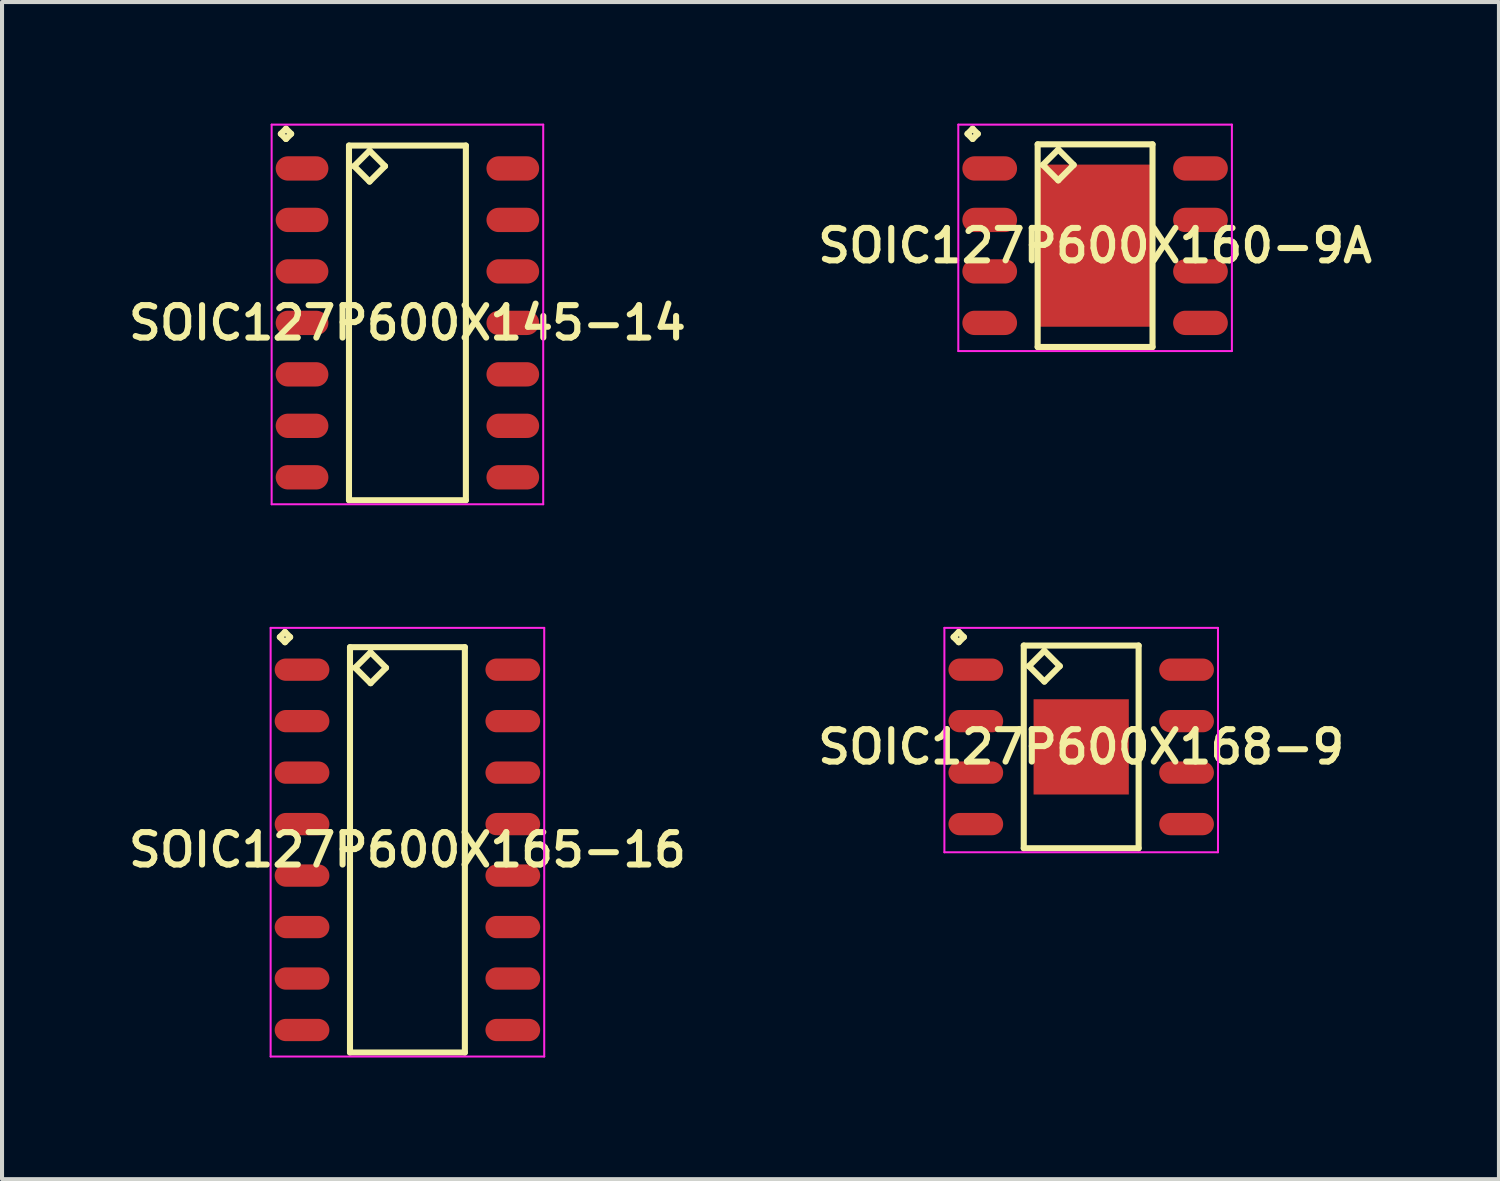
<source format=kicad_pcb>
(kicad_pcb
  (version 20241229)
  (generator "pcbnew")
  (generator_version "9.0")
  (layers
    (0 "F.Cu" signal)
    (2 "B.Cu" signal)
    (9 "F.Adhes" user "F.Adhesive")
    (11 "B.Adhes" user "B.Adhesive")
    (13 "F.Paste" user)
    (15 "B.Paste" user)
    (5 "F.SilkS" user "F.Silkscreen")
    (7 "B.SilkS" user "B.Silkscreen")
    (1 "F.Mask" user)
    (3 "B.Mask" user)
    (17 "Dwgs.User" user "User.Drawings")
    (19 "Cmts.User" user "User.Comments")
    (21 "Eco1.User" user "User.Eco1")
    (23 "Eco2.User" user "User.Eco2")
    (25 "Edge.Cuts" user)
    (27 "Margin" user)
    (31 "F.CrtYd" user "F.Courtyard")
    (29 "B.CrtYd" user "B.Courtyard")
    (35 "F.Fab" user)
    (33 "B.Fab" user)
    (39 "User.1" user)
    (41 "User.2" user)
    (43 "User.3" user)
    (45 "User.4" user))
  (footprint "SOIC127P600X160-9A"
    (layer "F.Cu")
    (at 23.968 3.011)
    (property "Reference" "SOIC127P600X160-9A" (at 0 0 0) (layer "F.SilkS") (effects (font (size 0.8 0.8) (thickness 0.15))))
    (attr smd)
    (fp_line (start -3.148 -2.759) (end -3.021 -2.886) (stroke (width 0.15) (type solid)) (layer "F.SilkS"))
    (fp_line (start -3.021 -2.886) (end -2.894 -2.759) (stroke (width 0.15) (type solid)) (layer "F.SilkS"))
    (fp_line (start -3.021 -2.632) (end -3.148 -2.759) (stroke (width 0.15) (type solid)) (layer "F.SilkS"))
    (fp_line (start -2.894 -2.759) (end -3.021 -2.632) (stroke (width 0.15) (type solid)) (layer "F.SilkS"))
    (fp_line (start -1.417 -2.5) (end -1.417 2.5) (stroke (width 0.15) (type solid)) (layer "F.SilkS"))
    (fp_line (start -1.417 2.5) (end 1.417 2.5) (stroke (width 0.15) (type solid)) (layer "F.SilkS"))
    (fp_line (start -1.29 -1.992) (end -0.909 -2.373) (stroke (width 0.15) (type solid)) (layer "F.SilkS"))
    (fp_line (start -0.909 -2.373) (end -0.528 -1.992) (stroke (width 0.15) (type solid)) (layer "F.SilkS"))
    (fp_line (start -0.909 -1.611) (end -1.29 -1.992) (stroke (width 0.15) (type solid)) (layer "F.SilkS"))
    (fp_line (start -0.528 -1.992) (end -0.909 -1.611) (stroke (width 0.15) (type solid)) (layer "F.SilkS"))
    (fp_line (start 1.417 -2.5) (end -1.417 -2.5) (stroke (width 0.15) (type solid)) (layer "F.SilkS"))
    (fp_line (start 1.417 2.5) (end 1.417 -2.5) (stroke (width 0.15) (type solid)) (layer "F.SilkS"))
    (fp_line (start -3.375 -2.986) (end 3.375 -2.986) (stroke (width 0.05) (type solid)) (layer "F.CrtYd"))
    (fp_line (start -3.375 2.6) (end -3.375 -2.986) (stroke (width 0.05) (type solid)) (layer "F.CrtYd"))
    (fp_line (start 3.375 -2.986) (end 3.375 2.6) (stroke (width 0.05) (type solid)) (layer "F.CrtYd"))
    (fp_line (start 3.375 2.6) (end -3.375 2.6) (stroke (width 0.05) (type solid)) (layer "F.CrtYd"))
    (pad "1" smd oval (at -2.6 -1.905) (size 1.35 0.6) (layers "F.Cu" "F.Mask" "F.Paste"))
    (pad "2" smd oval (at -2.6 -0.635) (size 1.35 0.6) (layers "F.Cu" "F.Mask" "F.Paste"))
    (pad "3" smd oval (at -2.6 0.635) (size 1.35 0.6) (layers "F.Cu" "F.Mask" "F.Paste"))
    (pad "4" smd oval (at -2.6 1.905) (size 1.35 0.6) (layers "F.Cu" "F.Mask" "F.Paste"))
    (pad "5" smd oval (at 2.6 1.905) (size 1.35 0.6) (layers "F.Cu" "F.Mask" "F.Paste"))
    (pad "6" smd oval (at 2.6 0.635) (size 1.35 0.6) (layers "F.Cu" "F.Mask" "F.Paste"))
    (pad "7" smd oval (at 2.6 -0.635) (size 1.35 0.6) (layers "F.Cu" "F.Mask" "F.Paste"))
    (pad "8" smd oval (at 2.6 -1.905) (size 1.35 0.6) (layers "F.Cu" "F.Mask" "F.Paste"))
    (pad "9" smd rect (at 0 0) (size 2.8 4) (layers "F.Cu" "F.Mask" "F.Paste")))
  (footprint "SOIC127P600X165-16"
    (layer "F.Cu")
    (at 7.002 17.917)
    (property "Reference" "SOIC127P600X165-16" (at 0 0 0) (layer "F.SilkS") (effects (font (size 0.8 0.8) (thickness 0.15))))
    (attr smd)
    (fp_line (start -3.148 -5.249) (end -3.021 -5.376) (stroke (width 0.15) (type solid)) (layer "F.SilkS"))
    (fp_line (start -3.021 -5.376) (end -2.894 -5.249) (stroke (width 0.15) (type solid)) (layer "F.SilkS"))
    (fp_line (start -3.021 -5.122) (end -3.148 -5.249) (stroke (width 0.15) (type solid)) (layer "F.SilkS"))
    (fp_line (start -2.894 -5.249) (end -3.021 -5.122) (stroke (width 0.15) (type solid)) (layer "F.SilkS"))
    (fp_line (start -1.417 -5) (end -1.417 5) (stroke (width 0.15) (type solid)) (layer "F.SilkS"))
    (fp_line (start -1.417 5) (end 1.417 5) (stroke (width 0.15) (type solid)) (layer "F.SilkS"))
    (fp_line (start -1.29 -4.492) (end -0.909 -4.873) (stroke (width 0.15) (type solid)) (layer "F.SilkS"))
    (fp_line (start -0.909 -4.873) (end -0.528 -4.492) (stroke (width 0.15) (type solid)) (layer "F.SilkS"))
    (fp_line (start -0.909 -4.111) (end -1.29 -4.492) (stroke (width 0.15) (type solid)) (layer "F.SilkS"))
    (fp_line (start -0.528 -4.492) (end -0.909 -4.111) (stroke (width 0.15) (type solid)) (layer "F.SilkS"))
    (fp_line (start 1.417 -5) (end -1.417 -5) (stroke (width 0.15) (type solid)) (layer "F.SilkS"))
    (fp_line (start 1.417 5) (end 1.417 -5) (stroke (width 0.15) (type solid)) (layer "F.SilkS"))
    (fp_line (start -3.375 -5.476) (end 3.375 -5.476) (stroke (width 0.05) (type solid)) (layer "F.CrtYd"))
    (fp_line (start -3.375 5.1) (end -3.375 -5.476) (stroke (width 0.05) (type solid)) (layer "F.CrtYd"))
    (fp_line (start 3.375 -5.476) (end 3.375 5.1) (stroke (width 0.05) (type solid)) (layer "F.CrtYd"))
    (fp_line (start 3.375 5.1) (end -3.375 5.1) (stroke (width 0.05) (type solid)) (layer "F.CrtYd"))
    (pad "1" smd oval (at -2.6 -4.445) (size 1.35 0.55) (layers "F.Cu" "F.Mask" "F.Paste"))
    (pad "2" smd oval (at -2.6 -3.175) (size 1.35 0.55) (layers "F.Cu" "F.Mask" "F.Paste"))
    (pad "3" smd oval (at -2.6 -1.905) (size 1.35 0.55) (layers "F.Cu" "F.Mask" "F.Paste"))
    (pad "4" smd oval (at -2.6 -0.635) (size 1.35 0.55) (layers "F.Cu" "F.Mask" "F.Paste"))
    (pad "5" smd oval (at -2.6 0.635) (size 1.35 0.55) (layers "F.Cu" "F.Mask" "F.Paste"))
    (pad "6" smd oval (at -2.6 1.905) (size 1.35 0.55) (layers "F.Cu" "F.Mask" "F.Paste"))
    (pad "7" smd oval (at -2.6 3.175) (size 1.35 0.55) (layers "F.Cu" "F.Mask" "F.Paste"))
    (pad "8" smd oval (at -2.6 4.445) (size 1.35 0.55) (layers "F.Cu" "F.Mask" "F.Paste"))
    (pad "9" smd oval (at 2.6 4.445) (size 1.35 0.55) (layers "F.Cu" "F.Mask" "F.Paste"))
    (pad "10" smd oval (at 2.6 3.175) (size 1.35 0.55) (layers "F.Cu" "F.Mask" "F.Paste"))
    (pad "11" smd oval (at 2.6 1.905) (size 1.35 0.55) (layers "F.Cu" "F.Mask" "F.Paste"))
    (pad "12" smd oval (at 2.6 0.635) (size 1.35 0.55) (layers "F.Cu" "F.Mask" "F.Paste"))
    (pad "13" smd oval (at 2.6 -0.635) (size 1.35 0.55) (layers "F.Cu" "F.Mask" "F.Paste"))
    (pad "14" smd oval (at 2.6 -1.905) (size 1.35 0.55) (layers "F.Cu" "F.Mask" "F.Paste"))
    (pad "15" smd oval (at 2.6 -3.175) (size 1.35 0.55) (layers "F.Cu" "F.Mask" "F.Paste"))
    (pad "16" smd oval (at 2.6 -4.445) (size 1.35 0.55) (layers "F.Cu" "F.Mask" "F.Paste")))
  (footprint "SOIC127P600X168-9"
    (layer "F.Cu")
    (at 23.625 15.377)
    (property "Reference" "SOIC127P600X168-9" (at 0 0 0) (layer "F.SilkS") (effects (font (size 0.8 0.8) (thickness 0.15))))
    (attr smd)
    (fp_line (start -3.148 -2.709) (end -3.021 -2.836) (stroke (width 0.15) (type solid)) (layer "F.SilkS"))
    (fp_line (start -3.021 -2.836) (end -2.894 -2.709) (stroke (width 0.15) (type solid)) (layer "F.SilkS"))
    (fp_line (start -3.021 -2.582) (end -3.148 -2.709) (stroke (width 0.15) (type solid)) (layer "F.SilkS"))
    (fp_line (start -2.894 -2.709) (end -3.021 -2.582) (stroke (width 0.15) (type solid)) (layer "F.SilkS"))
    (fp_line (start -1.417 -2.5) (end -1.417 2.5) (stroke (width 0.15) (type solid)) (layer "F.SilkS"))
    (fp_line (start -1.417 2.5) (end 1.417 2.5) (stroke (width 0.15) (type solid)) (layer "F.SilkS"))
    (fp_line (start -1.29 -1.992) (end -0.909 -2.373) (stroke (width 0.15) (type solid)) (layer "F.SilkS"))
    (fp_line (start -0.909 -2.373) (end -0.528 -1.992) (stroke (width 0.15) (type solid)) (layer "F.SilkS"))
    (fp_line (start -0.909 -1.611) (end -1.29 -1.992) (stroke (width 0.15) (type solid)) (layer "F.SilkS"))
    (fp_line (start -0.528 -1.992) (end -0.909 -1.611) (stroke (width 0.15) (type solid)) (layer "F.SilkS"))
    (fp_line (start 1.417 -2.5) (end -1.417 -2.5) (stroke (width 0.15) (type solid)) (layer "F.SilkS"))
    (fp_line (start 1.417 2.5) (end 1.417 -2.5) (stroke (width 0.15) (type solid)) (layer "F.SilkS"))
    (fp_line (start -3.375 -2.936) (end 3.375 -2.936) (stroke (width 0.05) (type solid)) (layer "F.CrtYd"))
    (fp_line (start -3.375 2.6) (end -3.375 -2.936) (stroke (width 0.05) (type solid)) (layer "F.CrtYd"))
    (fp_line (start 3.375 -2.936) (end 3.375 2.6) (stroke (width 0.05) (type solid)) (layer "F.CrtYd"))
    (fp_line (start 3.375 2.6) (end -3.375 2.6) (stroke (width 0.05) (type solid)) (layer "F.CrtYd"))
    (pad "1" smd oval (at -2.6 -1.905) (size 1.35 0.55) (layers "F.Cu" "F.Mask" "F.Paste"))
    (pad "2" smd oval (at -2.6 -0.635) (size 1.35 0.55) (layers "F.Cu" "F.Mask" "F.Paste"))
    (pad "3" smd oval (at -2.6 0.635) (size 1.35 0.55) (layers "F.Cu" "F.Mask" "F.Paste"))
    (pad "4" smd oval (at -2.6 1.905) (size 1.35 0.55) (layers "F.Cu" "F.Mask" "F.Paste"))
    (pad "5" smd oval (at 2.6 1.905) (size 1.35 0.55) (layers "F.Cu" "F.Mask" "F.Paste"))
    (pad "6" smd oval (at 2.6 0.635) (size 1.35 0.55) (layers "F.Cu" "F.Mask" "F.Paste"))
    (pad "7" smd oval (at 2.6 -0.635) (size 1.35 0.55) (layers "F.Cu" "F.Mask" "F.Paste"))
    (pad "8" smd oval (at 2.6 -1.905) (size 1.35 0.55) (layers "F.Cu" "F.Mask" "F.Paste"))
    (pad "9" smd rect (at 0 0) (size 2.35 2.35) (layers "F.Cu" "F.Mask" "F.Paste")))
  (footprint "SOIC127P600X145-14"
    (layer "F.Cu")
    (at 7.002 4.916)
    (property "Reference" "SOIC127P600X145-14" (at 0 0 0) (layer "F.SilkS") (effects (font (size 0.8 0.8) (thickness 0.15))))
    (attr smd)
    (fp_line (start -3.123 -4.664) (end -2.996 -4.791) (stroke (width 0.15) (type solid)) (layer "F.SilkS"))
    (fp_line (start -2.996 -4.791) (end -2.869 -4.664) (stroke (width 0.15) (type solid)) (layer "F.SilkS"))
    (fp_line (start -2.996 -4.537) (end -3.123 -4.664) (stroke (width 0.15) (type solid)) (layer "F.SilkS"))
    (fp_line (start -2.869 -4.664) (end -2.996 -4.537) (stroke (width 0.15) (type solid)) (layer "F.SilkS"))
    (fp_line (start -1.442 -4.375) (end -1.442 4.375) (stroke (width 0.15) (type solid)) (layer "F.SilkS"))
    (fp_line (start -1.442 4.375) (end 1.442 4.375) (stroke (width 0.15) (type solid)) (layer "F.SilkS"))
    (fp_line (start -1.315 -3.867) (end -0.934 -4.248) (stroke (width 0.15) (type solid)) (layer "F.SilkS"))
    (fp_line (start -0.934 -4.248) (end -0.553 -3.867) (stroke (width 0.15) (type solid)) (layer "F.SilkS"))
    (fp_line (start -0.934 -3.486) (end -1.315 -3.867) (stroke (width 0.15) (type solid)) (layer "F.SilkS"))
    (fp_line (start -0.553 -3.867) (end -0.934 -3.486) (stroke (width 0.15) (type solid)) (layer "F.SilkS"))
    (fp_line (start 1.442 -4.375) (end -1.442 -4.375) (stroke (width 0.15) (type solid)) (layer "F.SilkS"))
    (fp_line (start 1.442 4.375) (end 1.442 -4.375) (stroke (width 0.15) (type solid)) (layer "F.SilkS"))
    (fp_line (start -3.35 -4.891) (end 3.35 -4.891) (stroke (width 0.05) (type solid)) (layer "F.CrtYd"))
    (fp_line (start -3.35 4.475) (end -3.35 -4.891) (stroke (width 0.05) (type solid)) (layer "F.CrtYd"))
    (fp_line (start 3.35 -4.891) (end 3.35 4.475) (stroke (width 0.05) (type solid)) (layer "F.CrtYd"))
    (fp_line (start 3.35 4.475) (end -3.35 4.475) (stroke (width 0.05) (type solid)) (layer "F.CrtYd"))
    (pad "1" smd oval (at -2.6 -3.81) (size 1.3 0.6) (layers "F.Cu" "F.Mask" "F.Paste"))
    (pad "2" smd oval (at -2.6 -2.54) (size 1.3 0.6) (layers "F.Cu" "F.Mask" "F.Paste"))
    (pad "3" smd oval (at -2.6 -1.27) (size 1.3 0.6) (layers "F.Cu" "F.Mask" "F.Paste"))
    (pad "4" smd oval (at -2.6 0) (size 1.3 0.6) (layers "F.Cu" "F.Mask" "F.Paste"))
    (pad "5" smd oval (at -2.6 1.27) (size 1.3 0.6) (layers "F.Cu" "F.Mask" "F.Paste"))
    (pad "6" smd oval (at -2.6 2.54) (size 1.3 0.6) (layers "F.Cu" "F.Mask" "F.Paste"))
    (pad "7" smd oval (at -2.6 3.81) (size 1.3 0.6) (layers "F.Cu" "F.Mask" "F.Paste"))
    (pad "8" smd oval (at 2.6 3.81) (size 1.3 0.6) (layers "F.Cu" "F.Mask" "F.Paste"))
    (pad "9" smd oval (at 2.6 2.54) (size 1.3 0.6) (layers "F.Cu" "F.Mask" "F.Paste"))
    (pad "10" smd oval (at 2.6 1.27) (size 1.3 0.6) (layers "F.Cu" "F.Mask" "F.Paste"))
    (pad "11" smd oval (at 2.6 0) (size 1.3 0.6) (layers "F.Cu" "F.Mask" "F.Paste"))
    (pad "12" smd oval (at 2.6 -1.27) (size 1.3 0.6) (layers "F.Cu" "F.Mask" "F.Paste"))
    (pad "13" smd oval (at 2.6 -2.54) (size 1.3 0.6) (layers "F.Cu" "F.Mask" "F.Paste"))
    (pad "14" smd oval (at 2.6 -3.81) (size 1.3 0.6) (layers "F.Cu" "F.Mask" "F.Paste")))
  (gr_rect
    (start -3 -3)
    (end 33.932 26.042)
    (stroke (width 0.1) (type default))
    (fill no)
    (layer "Edge.Cuts")))
</source>
